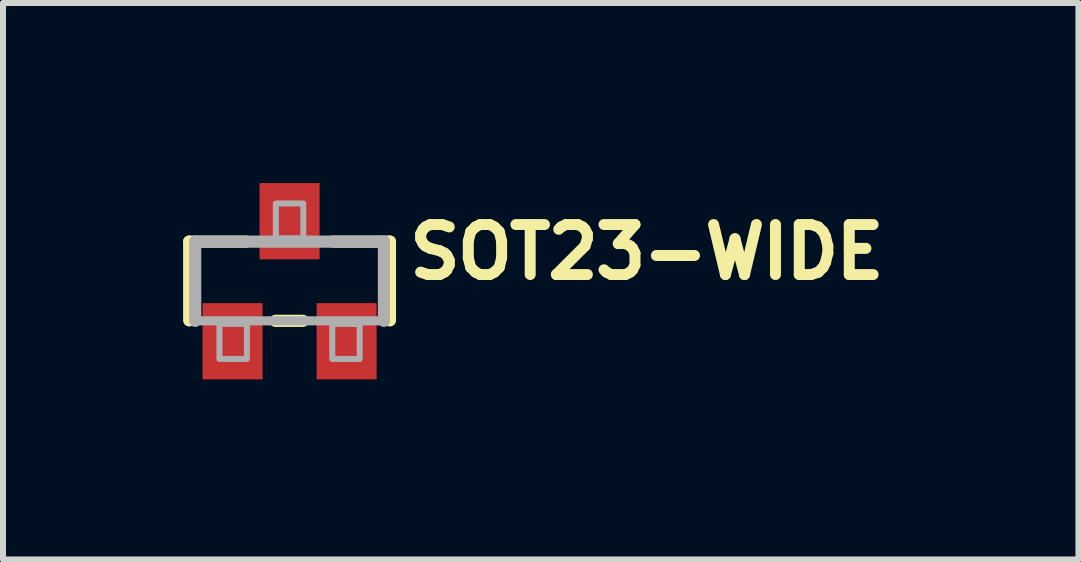
<source format=kicad_pcb>
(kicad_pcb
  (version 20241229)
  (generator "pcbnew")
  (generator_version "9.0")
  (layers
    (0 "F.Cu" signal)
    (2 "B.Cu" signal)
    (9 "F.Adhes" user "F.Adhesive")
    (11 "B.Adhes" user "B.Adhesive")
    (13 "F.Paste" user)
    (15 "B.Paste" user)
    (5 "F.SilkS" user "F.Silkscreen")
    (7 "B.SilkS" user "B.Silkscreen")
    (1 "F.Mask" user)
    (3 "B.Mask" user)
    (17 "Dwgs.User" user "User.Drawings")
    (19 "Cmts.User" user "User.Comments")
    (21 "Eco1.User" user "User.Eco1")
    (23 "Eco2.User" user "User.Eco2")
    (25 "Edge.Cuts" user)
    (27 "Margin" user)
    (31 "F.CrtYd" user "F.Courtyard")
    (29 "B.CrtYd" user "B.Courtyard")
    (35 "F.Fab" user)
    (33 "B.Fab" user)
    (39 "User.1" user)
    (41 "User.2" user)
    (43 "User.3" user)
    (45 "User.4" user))
  (footprint "SOT23-WIDE"
    (layer "F.Cu")
    (at 1.774 1.635)
    (property "Reference" "SOT23-WIDE" (at 1.905 0 0) (unlocked yes) (layer "F.SilkS") (effects (font (size 0.833 0.833) (thickness 0.183)) (justify left bottom)))
    (fp_line (start -1.672 -0.66) (end -0.714 -0.66) (stroke (width 0.203) (type solid)) (layer "F.SilkS"))
    (fp_line (start -1.672 0.652) (end -1.672 -0.66) (stroke (width 0.203) (type solid)) (layer "F.SilkS"))
    (fp_line (start 0.222 0.66) (end -0.236 0.66) (stroke (width 0.203) (type solid)) (layer "F.SilkS"))
    (fp_line (start 0.714 -0.66) (end 1.672 -0.66) (stroke (width 0.203) (type solid)) (layer "F.SilkS"))
    (fp_line (start 1.672 -0.66) (end 1.672 0.652) (stroke (width 0.203) (type solid)) (layer "F.SilkS"))
    (fp_line (start -1.572 -0.66) (end 1.572 -0.66) (stroke (width 0.203) (type solid)) (layer "F.Fab"))
    (fp_line (start -1.572 0.66) (end -1.572 -0.66) (stroke (width 0.203) (type solid)) (layer "F.Fab"))
    (fp_line (start 1.572 -0.66) (end 1.572 0.66) (stroke (width 0.203) (type solid)) (layer "F.Fab"))
    (fp_line (start 1.572 0.66) (end -1.572 0.66) (stroke (width 0.152) (type solid)) (layer "F.Fab"))
    (fp_poly (pts (xy -1.168 1.295) (xy -0.711 1.295) (xy -0.711 0.711) (xy -1.168 0.711)) (stroke (width 0.1) (type default)) (fill no) (layer "F.Fab"))
    (fp_poly (pts (xy -0.229 -0.711) (xy 0.229 -0.711) (xy 0.229 -1.295) (xy -0.229 -1.295)) (stroke (width 0.1) (type default)) (fill no) (layer "F.Fab"))
    (fp_poly (pts (xy 0.711 1.295) (xy 1.168 1.295) (xy 1.168 0.711) (xy 0.711 0.711)) (stroke (width 0.1) (type default)) (fill no) (layer "F.Fab"))
    (pad "1" smd rect (at -0.95 1) (size 1 1.27) (layers "F.Cu" "F.Mask" "F.Paste"))
    (pad "2" smd rect (at 0.95 1) (size 1 1.27) (layers "F.Cu" "F.Mask" "F.Paste"))
    (pad "3" smd rect (at 0 -1) (size 1 1.27) (layers "F.Cu" "F.Mask" "F.Paste")))
  (gr_rect
    (start -3 -3)
    (end 14.916 6.27)
    (stroke (width 0.1) (type default))
    (fill no)
    (layer "Edge.Cuts")))
</source>
